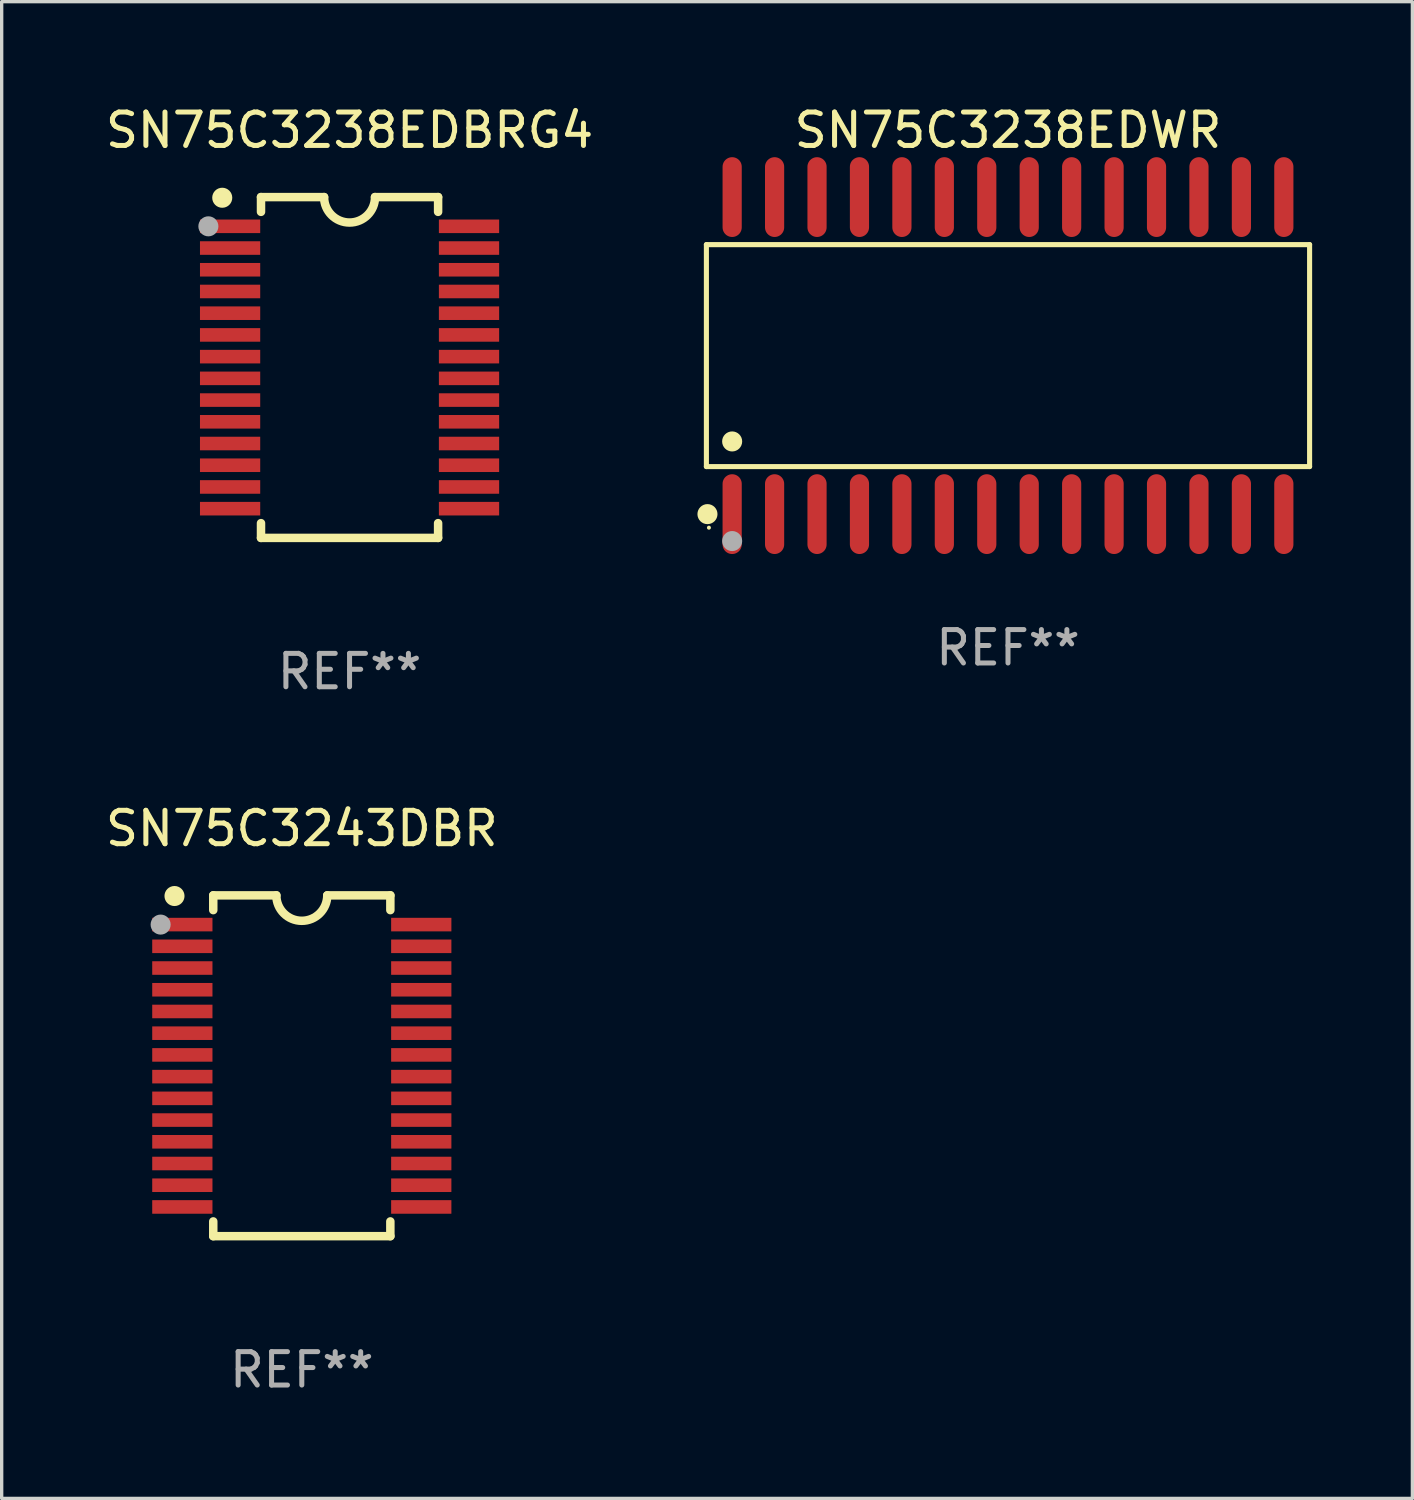
<source format=kicad_pcb>
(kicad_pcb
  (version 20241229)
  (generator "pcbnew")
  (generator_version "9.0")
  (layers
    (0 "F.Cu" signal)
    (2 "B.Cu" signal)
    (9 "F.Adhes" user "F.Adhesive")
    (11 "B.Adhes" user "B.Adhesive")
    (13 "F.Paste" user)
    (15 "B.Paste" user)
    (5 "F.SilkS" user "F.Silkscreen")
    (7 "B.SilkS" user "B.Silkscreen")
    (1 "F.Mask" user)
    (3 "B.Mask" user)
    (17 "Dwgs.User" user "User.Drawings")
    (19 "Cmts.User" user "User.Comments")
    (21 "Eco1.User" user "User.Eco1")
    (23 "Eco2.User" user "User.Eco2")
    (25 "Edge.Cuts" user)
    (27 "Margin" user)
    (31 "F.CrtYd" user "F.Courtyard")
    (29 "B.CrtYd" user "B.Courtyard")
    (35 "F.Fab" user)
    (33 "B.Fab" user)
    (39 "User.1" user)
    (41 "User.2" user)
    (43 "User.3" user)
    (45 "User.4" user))
  (footprint "SN75C3243DBR"
    (layer "F.Cu")
    (at 5.982 28.845)
    (property "Reference" "SN75C3243DBR" (at 0 -7.1 0) (layer "F.SilkS") (effects (font (size 1 1) (thickness 0.15))))
    (attr through_hole)
    (fp_line (start -2.65 -5.1) (end -0.762 -5.1) (stroke (width 0.254) (type solid)) (layer "F.SilkS"))
    (fp_line (start -2.65 -4.658) (end -2.65 -5.1) (stroke (width 0.254) (type solid)) (layer "F.SilkS"))
    (fp_line (start -2.65 5.1) (end -2.65 4.658) (stroke (width 0.254) (type solid)) (layer "F.SilkS"))
    (fp_line (start -2.65 5.1) (end 2.65 5.1) (stroke (width 0.254) (type solid)) (layer "F.SilkS"))
    (fp_line (start 2.65 -5.1) (end 0.762 -5.1) (stroke (width 0.254) (type solid)) (layer "F.SilkS"))
    (fp_line (start 2.65 -5.1) (end 2.65 -4.658) (stroke (width 0.254) (type solid)) (layer "F.SilkS"))
    (fp_line (start 2.65 4.658) (end 2.65 5.1) (stroke (width 0.254) (type solid)) (layer "F.SilkS"))
    (fp_arc (start 0.761925 -5.1) (mid -0.000241 -4.338329) (end -0.762077 -5.10033) (stroke (width 0.254001) (type solid)) (layer "F.SilkS"))
    (fp_circle (center -3.858 -5.07) (end -3.828 -5.07) (stroke (width 0.06) (type solid)) (fill no) (layer "F.SilkS"))
    (fp_circle (center -3.81 -5.08) (end -3.66 -5.08) (stroke (width 0.3) (type solid)) (fill no) (layer "F.SilkS"))
    (fp_circle (center -4.225 -4.225) (end -4.075 -4.225) (stroke (width 0.3) (type solid)) (fill no) (layer "F.Fab"))
    (fp_text user "REF**" (at 0 9.1 0) (layer "F.Fab") (effects (font (size 1 1) (thickness 0.15))))
    (pad "1" smd rect (at -3.575 -4.225) (size 1.803 0.406) (layers "F.Cu" "F.Mask" "F.Paste"))
    (pad "2" smd rect (at -3.575 -3.575) (size 1.803 0.406) (layers "F.Cu" "F.Mask" "F.Paste"))
    (pad "3" smd rect (at -3.575 -2.925) (size 1.803 0.406) (layers "F.Cu" "F.Mask" "F.Paste"))
    (pad "4" smd rect (at -3.575 -2.275) (size 1.803 0.406) (layers "F.Cu" "F.Mask" "F.Paste"))
    (pad "5" smd rect (at -3.575 -1.625) (size 1.803 0.406) (layers "F.Cu" "F.Mask" "F.Paste"))
    (pad "6" smd rect (at -3.575 -0.975) (size 1.803 0.406) (layers "F.Cu" "F.Mask" "F.Paste"))
    (pad "7" smd rect (at -3.575 -0.325) (size 1.803 0.406) (layers "F.Cu" "F.Mask" "F.Paste"))
    (pad "8" smd rect (at -3.575 0.325) (size 1.803 0.406) (layers "F.Cu" "F.Mask" "F.Paste"))
    (pad "9" smd rect (at -3.575 0.975) (size 1.803 0.406) (layers "F.Cu" "F.Mask" "F.Paste"))
    (pad "10" smd rect (at -3.575 1.625) (size 1.803 0.406) (layers "F.Cu" "F.Mask" "F.Paste"))
    (pad "11" smd rect (at -3.575 2.275) (size 1.803 0.406) (layers "F.Cu" "F.Mask" "F.Paste"))
    (pad "12" smd rect (at -3.575 2.925) (size 1.803 0.406) (layers "F.Cu" "F.Mask" "F.Paste"))
    (pad "13" smd rect (at -3.575 3.575) (size 1.803 0.406) (layers "F.Cu" "F.Mask" "F.Paste"))
    (pad "14" smd rect (at -3.575 4.225) (size 1.803 0.406) (layers "F.Cu" "F.Mask" "F.Paste"))
    (pad "15" smd rect (at 3.575 4.225) (size 1.803 0.406) (layers "F.Cu" "F.Mask" "F.Paste"))
    (pad "16" smd rect (at 3.575 3.575) (size 1.803 0.406) (layers "F.Cu" "F.Mask" "F.Paste"))
    (pad "17" smd rect (at 3.575 2.925) (size 1.803 0.406) (layers "F.Cu" "F.Mask" "F.Paste"))
    (pad "18" smd rect (at 3.575 2.275) (size 1.803 0.406) (layers "F.Cu" "F.Mask" "F.Paste"))
    (pad "19" smd rect (at 3.575 1.625) (size 1.803 0.406) (layers "F.Cu" "F.Mask" "F.Paste"))
    (pad "20" smd rect (at 3.575 0.975) (size 1.803 0.406) (layers "F.Cu" "F.Mask" "F.Paste"))
    (pad "21" smd rect (at 3.575 0.325) (size 1.803 0.406) (layers "F.Cu" "F.Mask" "F.Paste"))
    (pad "22" smd rect (at 3.575 -0.325) (size 1.803 0.406) (layers "F.Cu" "F.Mask" "F.Paste"))
    (pad "23" smd rect (at 3.575 -0.975) (size 1.803 0.406) (layers "F.Cu" "F.Mask" "F.Paste"))
    (pad "24" smd rect (at 3.575 -1.625) (size 1.803 0.406) (layers "F.Cu" "F.Mask" "F.Paste"))
    (pad "25" smd rect (at 3.575 -2.275) (size 1.803 0.406) (layers "F.Cu" "F.Mask" "F.Paste"))
    (pad "26" smd rect (at 3.575 -2.925) (size 1.803 0.406) (layers "F.Cu" "F.Mask" "F.Paste"))
    (pad "27" smd rect (at 3.575 -3.575) (size 1.803 0.406) (layers "F.Cu" "F.Mask" "F.Paste"))
    (pad "28" smd rect (at 3.575 -4.225) (size 1.803 0.406) (layers "F.Cu" "F.Mask" "F.Paste")))
  (footprint "SN75C3238EDWR"
    (layer "F.Cu")
    (at 27.116 7.592)
    (property "Reference" "SN75C3238EDWR" (at 0 -6.744 0) (layer "F.SilkS") (effects (font (size 1 1) (thickness 0.15))))
    (attr through_hole)
    (fp_line (start -9.026 -3.321) (end 9.026 -3.321) (stroke (width 0.152) (type solid)) (layer "F.SilkS"))
    (fp_line (start -9.026 3.321) (end -9.026 -3.321) (stroke (width 0.152) (type solid)) (layer "F.SilkS"))
    (fp_line (start 9.026 -3.321) (end 9.026 3.321) (stroke (width 0.152) (type solid)) (layer "F.SilkS"))
    (fp_line (start 9.026 3.321) (end -9.026 3.321) (stroke (width 0.152) (type solid)) (layer "F.SilkS"))
    (fp_circle (center -8.994 4.744) (end -8.844 4.744) (stroke (width 0.3) (type solid)) (fill no) (layer "F.SilkS"))
    (fp_circle (center -8.95 5.15) (end -8.92 5.15) (stroke (width 0.06) (type solid)) (fill no) (layer "F.SilkS"))
    (fp_circle (center -8.255 2.569) (end -8.105 2.569) (stroke (width 0.3) (type solid)) (fill no) (layer "F.SilkS"))
    (fp_circle (center -8.255 5.55) (end -8.105 5.55) (stroke (width 0.3) (type solid)) (fill no) (layer "F.Fab"))
    (fp_text user "REF**" (at 0 8.744 0) (layer "F.Fab") (effects (font (size 1 1) (thickness 0.15))))
    (pad "1" smd oval (at -8.255 4.744) (size 0.574 2.388) (layers "F.Cu" "F.Mask" "F.Paste"))
    (pad "2" smd oval (at -6.985 4.744) (size 0.574 2.388) (layers "F.Cu" "F.Mask" "F.Paste"))
    (pad "3" smd oval (at -5.715 4.744) (size 0.574 2.388) (layers "F.Cu" "F.Mask" "F.Paste"))
    (pad "4" smd oval (at -4.445 4.744) (size 0.574 2.388) (layers "F.Cu" "F.Mask" "F.Paste"))
    (pad "5" smd oval (at -3.175 4.744) (size 0.574 2.388) (layers "F.Cu" "F.Mask" "F.Paste"))
    (pad "6" smd oval (at -1.905 4.744) (size 0.574 2.388) (layers "F.Cu" "F.Mask" "F.Paste"))
    (pad "7" smd oval (at -0.635 4.744) (size 0.574 2.388) (layers "F.Cu" "F.Mask" "F.Paste"))
    (pad "8" smd oval (at 0.635 4.744) (size 0.574 2.388) (layers "F.Cu" "F.Mask" "F.Paste"))
    (pad "9" smd oval (at 1.905 4.744) (size 0.574 2.388) (layers "F.Cu" "F.Mask" "F.Paste"))
    (pad "10" smd oval (at 3.175 4.744) (size 0.574 2.388) (layers "F.Cu" "F.Mask" "F.Paste"))
    (pad "11" smd oval (at 4.445 4.744) (size 0.574 2.388) (layers "F.Cu" "F.Mask" "F.Paste"))
    (pad "12" smd oval (at 5.715 4.744) (size 0.574 2.388) (layers "F.Cu" "F.Mask" "F.Paste"))
    (pad "13" smd oval (at 6.985 4.744) (size 0.574 2.388) (layers "F.Cu" "F.Mask" "F.Paste"))
    (pad "14" smd oval (at 8.255 4.744) (size 0.574 2.388) (layers "F.Cu" "F.Mask" "F.Paste"))
    (pad "15" smd oval (at 8.255 -4.744) (size 0.574 2.388) (layers "F.Cu" "F.Mask" "F.Paste"))
    (pad "16" smd oval (at 6.985 -4.744) (size 0.574 2.388) (layers "F.Cu" "F.Mask" "F.Paste"))
    (pad "17" smd oval (at 5.715 -4.744) (size 0.574 2.388) (layers "F.Cu" "F.Mask" "F.Paste"))
    (pad "18" smd oval (at 4.445 -4.744) (size 0.574 2.388) (layers "F.Cu" "F.Mask" "F.Paste"))
    (pad "19" smd oval (at 3.175 -4.744) (size 0.574 2.388) (layers "F.Cu" "F.Mask" "F.Paste"))
    (pad "20" smd oval (at 1.905 -4.744) (size 0.574 2.388) (layers "F.Cu" "F.Mask" "F.Paste"))
    (pad "21" smd oval (at 0.635 -4.744) (size 0.574 2.388) (layers "F.Cu" "F.Mask" "F.Paste"))
    (pad "22" smd oval (at -0.635 -4.744) (size 0.574 2.388) (layers "F.Cu" "F.Mask" "F.Paste"))
    (pad "23" smd oval (at -1.905 -4.744) (size 0.574 2.388) (layers "F.Cu" "F.Mask" "F.Paste"))
    (pad "24" smd oval (at -3.175 -4.744) (size 0.574 2.388) (layers "F.Cu" "F.Mask" "F.Paste"))
    (pad "25" smd oval (at -4.445 -4.744) (size 0.574 2.388) (layers "F.Cu" "F.Mask" "F.Paste"))
    (pad "26" smd oval (at -5.715 -4.744) (size 0.574 2.388) (layers "F.Cu" "F.Mask" "F.Paste"))
    (pad "27" smd oval (at -6.985 -4.744) (size 0.574 2.388) (layers "F.Cu" "F.Mask" "F.Paste"))
    (pad "28" smd oval (at -8.255 -4.744) (size 0.574 2.388) (layers "F.Cu" "F.Mask" "F.Paste")))
  (footprint "SN75C3238EDBRG4"
    (layer "F.Cu")
    (at 7.411 7.948)
    (property "Reference" "SN75C3238EDBRG4" (at 0 -7.1 0) (layer "F.SilkS") (effects (font (size 1 1) (thickness 0.15))))
    (attr through_hole)
    (fp_line (start -2.65 -5.1) (end -0.762 -5.1) (stroke (width 0.254) (type solid)) (layer "F.SilkS"))
    (fp_line (start -2.65 -4.658) (end -2.65 -5.1) (stroke (width 0.254) (type solid)) (layer "F.SilkS"))
    (fp_line (start -2.65 5.1) (end -2.65 4.658) (stroke (width 0.254) (type solid)) (layer "F.SilkS"))
    (fp_line (start -2.65 5.1) (end 2.65 5.1) (stroke (width 0.254) (type solid)) (layer "F.SilkS"))
    (fp_line (start 2.65 -5.1) (end 0.762 -5.1) (stroke (width 0.254) (type solid)) (layer "F.SilkS"))
    (fp_line (start 2.65 -5.1) (end 2.65 -4.658) (stroke (width 0.254) (type solid)) (layer "F.SilkS"))
    (fp_line (start 2.65 4.658) (end 2.65 5.1) (stroke (width 0.254) (type solid)) (layer "F.SilkS"))
    (fp_arc (start 0.761925 -5.1) (mid -0.000241 -4.338329) (end -0.762077 -5.10033) (stroke (width 0.254001) (type solid)) (layer "F.SilkS"))
    (fp_circle (center -3.858 -5.07) (end -3.828 -5.07) (stroke (width 0.06) (type solid)) (fill no) (layer "F.SilkS"))
    (fp_circle (center -3.81 -5.08) (end -3.66 -5.08) (stroke (width 0.3) (type solid)) (fill no) (layer "F.SilkS"))
    (fp_circle (center -4.225 -4.225) (end -4.075 -4.225) (stroke (width 0.3) (type solid)) (fill no) (layer "F.Fab"))
    (fp_text user "REF**" (at 0 9.1 0) (layer "F.Fab") (effects (font (size 1 1) (thickness 0.15))))
    (pad "1" smd rect (at -3.575 -4.225) (size 1.803 0.406) (layers "F.Cu" "F.Mask" "F.Paste"))
    (pad "2" smd rect (at -3.575 -3.575) (size 1.803 0.406) (layers "F.Cu" "F.Mask" "F.Paste"))
    (pad "3" smd rect (at -3.575 -2.925) (size 1.803 0.406) (layers "F.Cu" "F.Mask" "F.Paste"))
    (pad "4" smd rect (at -3.575 -2.275) (size 1.803 0.406) (layers "F.Cu" "F.Mask" "F.Paste"))
    (pad "5" smd rect (at -3.575 -1.625) (size 1.803 0.406) (layers "F.Cu" "F.Mask" "F.Paste"))
    (pad "6" smd rect (at -3.575 -0.975) (size 1.803 0.406) (layers "F.Cu" "F.Mask" "F.Paste"))
    (pad "7" smd rect (at -3.575 -0.325) (size 1.803 0.406) (layers "F.Cu" "F.Mask" "F.Paste"))
    (pad "8" smd rect (at -3.575 0.325) (size 1.803 0.406) (layers "F.Cu" "F.Mask" "F.Paste"))
    (pad "9" smd rect (at -3.575 0.975) (size 1.803 0.406) (layers "F.Cu" "F.Mask" "F.Paste"))
    (pad "10" smd rect (at -3.575 1.625) (size 1.803 0.406) (layers "F.Cu" "F.Mask" "F.Paste"))
    (pad "11" smd rect (at -3.575 2.275) (size 1.803 0.406) (layers "F.Cu" "F.Mask" "F.Paste"))
    (pad "12" smd rect (at -3.575 2.925) (size 1.803 0.406) (layers "F.Cu" "F.Mask" "F.Paste"))
    (pad "13" smd rect (at -3.575 3.575) (size 1.803 0.406) (layers "F.Cu" "F.Mask" "F.Paste"))
    (pad "14" smd rect (at -3.575 4.225) (size 1.803 0.406) (layers "F.Cu" "F.Mask" "F.Paste"))
    (pad "15" smd rect (at 3.575 4.225) (size 1.803 0.406) (layers "F.Cu" "F.Mask" "F.Paste"))
    (pad "16" smd rect (at 3.575 3.575) (size 1.803 0.406) (layers "F.Cu" "F.Mask" "F.Paste"))
    (pad "17" smd rect (at 3.575 2.925) (size 1.803 0.406) (layers "F.Cu" "F.Mask" "F.Paste"))
    (pad "18" smd rect (at 3.575 2.275) (size 1.803 0.406) (layers "F.Cu" "F.Mask" "F.Paste"))
    (pad "19" smd rect (at 3.575 1.625) (size 1.803 0.406) (layers "F.Cu" "F.Mask" "F.Paste"))
    (pad "20" smd rect (at 3.575 0.975) (size 1.803 0.406) (layers "F.Cu" "F.Mask" "F.Paste"))
    (pad "21" smd rect (at 3.575 0.325) (size 1.803 0.406) (layers "F.Cu" "F.Mask" "F.Paste"))
    (pad "22" smd rect (at 3.575 -0.325) (size 1.803 0.406) (layers "F.Cu" "F.Mask" "F.Paste"))
    (pad "23" smd rect (at 3.575 -0.975) (size 1.803 0.406) (layers "F.Cu" "F.Mask" "F.Paste"))
    (pad "24" smd rect (at 3.575 -1.625) (size 1.803 0.406) (layers "F.Cu" "F.Mask" "F.Paste"))
    (pad "25" smd rect (at 3.575 -2.275) (size 1.803 0.406) (layers "F.Cu" "F.Mask" "F.Paste"))
    (pad "26" smd rect (at 3.575 -2.925) (size 1.803 0.406) (layers "F.Cu" "F.Mask" "F.Paste"))
    (pad "27" smd rect (at 3.575 -3.575) (size 1.803 0.406) (layers "F.Cu" "F.Mask" "F.Paste"))
    (pad "28" smd rect (at 3.575 -4.225) (size 1.803 0.406) (layers "F.Cu" "F.Mask" "F.Paste")))
  (gr_rect
    (start -3 -3)
    (end 39.218 41.793)
    (stroke (width 0.1) (type default))
    (fill no)
    (layer "Edge.Cuts")))
</source>
